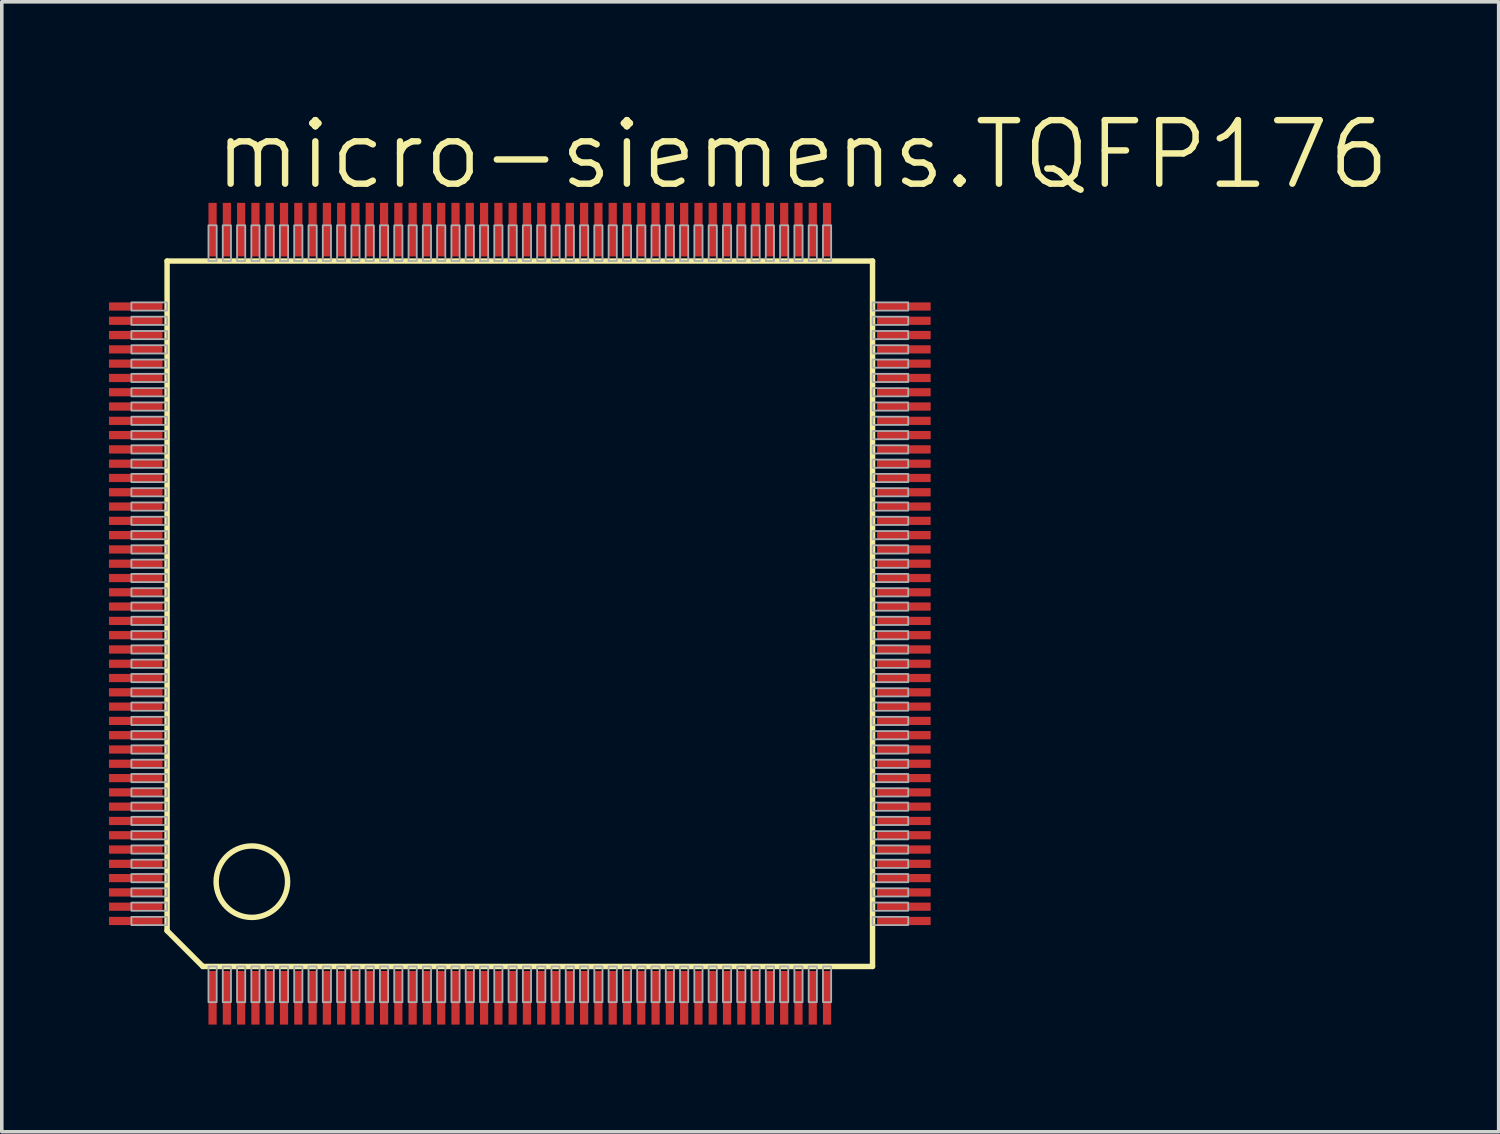
<source format=kicad_pcb>
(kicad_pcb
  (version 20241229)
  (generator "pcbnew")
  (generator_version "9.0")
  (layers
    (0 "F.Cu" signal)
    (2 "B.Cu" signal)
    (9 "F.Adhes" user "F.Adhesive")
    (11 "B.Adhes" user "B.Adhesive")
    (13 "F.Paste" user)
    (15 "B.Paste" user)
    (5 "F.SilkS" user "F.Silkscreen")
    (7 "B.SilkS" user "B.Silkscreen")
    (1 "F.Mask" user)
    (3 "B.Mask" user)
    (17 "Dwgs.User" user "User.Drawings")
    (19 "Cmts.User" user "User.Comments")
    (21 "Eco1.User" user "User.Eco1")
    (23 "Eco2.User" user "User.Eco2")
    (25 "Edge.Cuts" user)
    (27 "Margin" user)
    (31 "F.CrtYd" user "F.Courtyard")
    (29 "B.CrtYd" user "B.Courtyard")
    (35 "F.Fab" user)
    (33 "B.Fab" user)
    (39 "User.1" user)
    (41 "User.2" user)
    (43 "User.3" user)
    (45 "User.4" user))
  (footprint "micro-siemens.TQFP176"
    (layer "F.Cu")
    (at 11.5 14.129)
    (property "Reference" "micro-siemens.TQFP176" (at -8.636 -11.811 0) (layer "F.SilkS") (effects (font (size 1.778 1.778) (thickness 0.18)) (justify left bottom)))
    (attr smd)
    (fp_line (start -9.873 -9.873) (end 9.873 -9.873) (stroke (width 0.152) (type default)) (layer "F.SilkS"))
    (fp_line (start -9.873 8.873) (end -9.873 -9.873) (stroke (width 0.152) (type default)) (layer "F.SilkS"))
    (fp_line (start -8.873 9.873) (end -9.873 8.873) (stroke (width 0.152) (type default)) (layer "F.SilkS"))
    (fp_line (start 9.873 -9.873) (end 9.873 9.873) (stroke (width 0.152) (type default)) (layer "F.SilkS"))
    (fp_line (start 9.873 9.873) (end -8.873 9.873) (stroke (width 0.152) (type default)) (layer "F.SilkS"))
    (fp_circle (center -7.5 7.5) (end -6.5 7.5) (stroke (width 0.152) (type default)) (fill no) (layer "F.SilkS"))
    (fp_rect (start -10.872 -8.485) (end -9.873 -8.715) (stroke (width 0.05) (type default)) (fill no) (layer "F.Fab"))
    (fp_rect (start -10.872 -8.085) (end -9.873 -8.315) (stroke (width 0.05) (type default)) (fill no) (layer "F.Fab"))
    (fp_rect (start -10.872 -7.685) (end -9.873 -7.915) (stroke (width 0.05) (type default)) (fill no) (layer "F.Fab"))
    (fp_rect (start -10.872 -7.285) (end -9.873 -7.515) (stroke (width 0.05) (type default)) (fill no) (layer "F.Fab"))
    (fp_rect (start -10.872 -6.885) (end -9.873 -7.115) (stroke (width 0.05) (type default)) (fill no) (layer "F.Fab"))
    (fp_rect (start -10.872 -6.485) (end -9.873 -6.715) (stroke (width 0.05) (type default)) (fill no) (layer "F.Fab"))
    (fp_rect (start -10.872 -6.085) (end -9.873 -6.315) (stroke (width 0.05) (type default)) (fill no) (layer "F.Fab"))
    (fp_rect (start -10.872 -5.685) (end -9.873 -5.915) (stroke (width 0.05) (type default)) (fill no) (layer "F.Fab"))
    (fp_rect (start -10.872 -5.285) (end -9.873 -5.515) (stroke (width 0.05) (type default)) (fill no) (layer "F.Fab"))
    (fp_rect (start -10.872 -4.885) (end -9.873 -5.115) (stroke (width 0.05) (type default)) (fill no) (layer "F.Fab"))
    (fp_rect (start -10.872 -4.485) (end -9.873 -4.715) (stroke (width 0.05) (type default)) (fill no) (layer "F.Fab"))
    (fp_rect (start -10.872 -4.085) (end -9.873 -4.315) (stroke (width 0.05) (type default)) (fill no) (layer "F.Fab"))
    (fp_rect (start -10.872 -3.685) (end -9.873 -3.915) (stroke (width 0.05) (type default)) (fill no) (layer "F.Fab"))
    (fp_rect (start -10.872 -3.285) (end -9.873 -3.515) (stroke (width 0.05) (type default)) (fill no) (layer "F.Fab"))
    (fp_rect (start -10.872 -2.885) (end -9.873 -3.115) (stroke (width 0.05) (type default)) (fill no) (layer "F.Fab"))
    (fp_rect (start -10.872 -2.485) (end -9.873 -2.715) (stroke (width 0.05) (type default)) (fill no) (layer "F.Fab"))
    (fp_rect (start -10.872 -2.085) (end -9.873 -2.315) (stroke (width 0.05) (type default)) (fill no) (layer "F.Fab"))
    (fp_rect (start -10.872 -1.685) (end -9.873 -1.915) (stroke (width 0.05) (type default)) (fill no) (layer "F.Fab"))
    (fp_rect (start -10.872 -1.285) (end -9.873 -1.515) (stroke (width 0.05) (type default)) (fill no) (layer "F.Fab"))
    (fp_rect (start -10.872 -0.885) (end -9.873 -1.115) (stroke (width 0.05) (type default)) (fill no) (layer "F.Fab"))
    (fp_rect (start -10.872 -0.485) (end -9.873 -0.715) (stroke (width 0.05) (type default)) (fill no) (layer "F.Fab"))
    (fp_rect (start -10.872 -0.085) (end -9.873 -0.315) (stroke (width 0.05) (type default)) (fill no) (layer "F.Fab"))
    (fp_rect (start -10.872 0.315) (end -9.873 0.085) (stroke (width 0.05) (type default)) (fill no) (layer "F.Fab"))
    (fp_rect (start -10.872 0.715) (end -9.873 0.485) (stroke (width 0.05) (type default)) (fill no) (layer "F.Fab"))
    (fp_rect (start -10.872 1.115) (end -9.873 0.885) (stroke (width 0.05) (type default)) (fill no) (layer "F.Fab"))
    (fp_rect (start -10.872 1.515) (end -9.873 1.285) (stroke (width 0.05) (type default)) (fill no) (layer "F.Fab"))
    (fp_rect (start -10.872 1.915) (end -9.873 1.685) (stroke (width 0.05) (type default)) (fill no) (layer "F.Fab"))
    (fp_rect (start -10.872 2.315) (end -9.873 2.085) (stroke (width 0.05) (type default)) (fill no) (layer "F.Fab"))
    (fp_rect (start -10.872 2.715) (end -9.873 2.485) (stroke (width 0.05) (type default)) (fill no) (layer "F.Fab"))
    (fp_rect (start -10.872 3.115) (end -9.873 2.885) (stroke (width 0.05) (type default)) (fill no) (layer "F.Fab"))
    (fp_rect (start -10.872 3.515) (end -9.873 3.285) (stroke (width 0.05) (type default)) (fill no) (layer "F.Fab"))
    (fp_rect (start -10.872 3.915) (end -9.873 3.685) (stroke (width 0.05) (type default)) (fill no) (layer "F.Fab"))
    (fp_rect (start -10.872 4.315) (end -9.873 4.085) (stroke (width 0.05) (type default)) (fill no) (layer "F.Fab"))
    (fp_rect (start -10.872 4.715) (end -9.873 4.485) (stroke (width 0.05) (type default)) (fill no) (layer "F.Fab"))
    (fp_rect (start -10.872 5.115) (end -9.873 4.885) (stroke (width 0.05) (type default)) (fill no) (layer "F.Fab"))
    (fp_rect (start -10.872 5.515) (end -9.873 5.285) (stroke (width 0.05) (type default)) (fill no) (layer "F.Fab"))
    (fp_rect (start -10.872 5.915) (end -9.873 5.685) (stroke (width 0.05) (type default)) (fill no) (layer "F.Fab"))
    (fp_rect (start -10.872 6.315) (end -9.873 6.085) (stroke (width 0.05) (type default)) (fill no) (layer "F.Fab"))
    (fp_rect (start -10.872 6.715) (end -9.873 6.485) (stroke (width 0.05) (type default)) (fill no) (layer "F.Fab"))
    (fp_rect (start -10.872 7.115) (end -9.873 6.885) (stroke (width 0.05) (type default)) (fill no) (layer "F.Fab"))
    (fp_rect (start -10.872 7.515) (end -9.873 7.285) (stroke (width 0.05) (type default)) (fill no) (layer "F.Fab"))
    (fp_rect (start -10.872 7.915) (end -9.873 7.685) (stroke (width 0.05) (type default)) (fill no) (layer "F.Fab"))
    (fp_rect (start -10.872 8.315) (end -9.873 8.085) (stroke (width 0.05) (type default)) (fill no) (layer "F.Fab"))
    (fp_rect (start -10.872 8.715) (end -9.873 8.485) (stroke (width 0.05) (type default)) (fill no) (layer "F.Fab"))
    (fp_rect (start -8.715 -9.873) (end -8.485 -10.872) (stroke (width 0.05) (type default)) (fill no) (layer "F.Fab"))
    (fp_rect (start -8.715 10.872) (end -8.485 9.873) (stroke (width 0.05) (type default)) (fill no) (layer "F.Fab"))
    (fp_rect (start -8.315 -9.873) (end -8.085 -10.872) (stroke (width 0.05) (type default)) (fill no) (layer "F.Fab"))
    (fp_rect (start -8.315 10.872) (end -8.085 9.873) (stroke (width 0.05) (type default)) (fill no) (layer "F.Fab"))
    (fp_rect (start -7.915 -9.873) (end -7.685 -10.872) (stroke (width 0.05) (type default)) (fill no) (layer "F.Fab"))
    (fp_rect (start -7.915 10.872) (end -7.685 9.873) (stroke (width 0.05) (type default)) (fill no) (layer "F.Fab"))
    (fp_rect (start -7.515 -9.873) (end -7.285 -10.872) (stroke (width 0.05) (type default)) (fill no) (layer "F.Fab"))
    (fp_rect (start -7.515 10.872) (end -7.285 9.873) (stroke (width 0.05) (type default)) (fill no) (layer "F.Fab"))
    (fp_rect (start -7.115 -9.873) (end -6.885 -10.872) (stroke (width 0.05) (type default)) (fill no) (layer "F.Fab"))
    (fp_rect (start -7.115 10.872) (end -6.885 9.873) (stroke (width 0.05) (type default)) (fill no) (layer "F.Fab"))
    (fp_rect (start -6.715 -9.873) (end -6.485 -10.872) (stroke (width 0.05) (type default)) (fill no) (layer "F.Fab"))
    (fp_rect (start -6.715 10.872) (end -6.485 9.873) (stroke (width 0.05) (type default)) (fill no) (layer "F.Fab"))
    (fp_rect (start -6.315 -9.873) (end -6.085 -10.872) (stroke (width 0.05) (type default)) (fill no) (layer "F.Fab"))
    (fp_rect (start -6.315 10.872) (end -6.085 9.873) (stroke (width 0.05) (type default)) (fill no) (layer "F.Fab"))
    (fp_rect (start -5.915 -9.873) (end -5.685 -10.872) (stroke (width 0.05) (type default)) (fill no) (layer "F.Fab"))
    (fp_rect (start -5.915 10.872) (end -5.685 9.873) (stroke (width 0.05) (type default)) (fill no) (layer "F.Fab"))
    (fp_rect (start -5.515 -9.873) (end -5.285 -10.872) (stroke (width 0.05) (type default)) (fill no) (layer "F.Fab"))
    (fp_rect (start -5.515 10.872) (end -5.285 9.873) (stroke (width 0.05) (type default)) (fill no) (layer "F.Fab"))
    (fp_rect (start -5.115 -9.873) (end -4.885 -10.872) (stroke (width 0.05) (type default)) (fill no) (layer "F.Fab"))
    (fp_rect (start -5.115 10.872) (end -4.885 9.873) (stroke (width 0.05) (type default)) (fill no) (layer "F.Fab"))
    (fp_rect (start -4.715 -9.873) (end -4.485 -10.872) (stroke (width 0.05) (type default)) (fill no) (layer "F.Fab"))
    (fp_rect (start -4.715 10.872) (end -4.485 9.873) (stroke (width 0.05) (type default)) (fill no) (layer "F.Fab"))
    (fp_rect (start -4.315 -9.873) (end -4.085 -10.872) (stroke (width 0.05) (type default)) (fill no) (layer "F.Fab"))
    (fp_rect (start -4.315 10.872) (end -4.085 9.873) (stroke (width 0.05) (type default)) (fill no) (layer "F.Fab"))
    (fp_rect (start -3.915 -9.873) (end -3.685 -10.872) (stroke (width 0.05) (type default)) (fill no) (layer "F.Fab"))
    (fp_rect (start -3.915 10.872) (end -3.685 9.873) (stroke (width 0.05) (type default)) (fill no) (layer "F.Fab"))
    (fp_rect (start -3.515 -9.873) (end -3.285 -10.872) (stroke (width 0.05) (type default)) (fill no) (layer "F.Fab"))
    (fp_rect (start -3.515 10.872) (end -3.285 9.873) (stroke (width 0.05) (type default)) (fill no) (layer "F.Fab"))
    (fp_rect (start -3.115 -9.873) (end -2.885 -10.872) (stroke (width 0.05) (type default)) (fill no) (layer "F.Fab"))
    (fp_rect (start -3.115 10.872) (end -2.885 9.873) (stroke (width 0.05) (type default)) (fill no) (layer "F.Fab"))
    (fp_rect (start -2.715 -9.873) (end -2.485 -10.872) (stroke (width 0.05) (type default)) (fill no) (layer "F.Fab"))
    (fp_rect (start -2.715 10.872) (end -2.485 9.873) (stroke (width 0.05) (type default)) (fill no) (layer "F.Fab"))
    (fp_rect (start -2.315 -9.873) (end -2.085 -10.872) (stroke (width 0.05) (type default)) (fill no) (layer "F.Fab"))
    (fp_rect (start -2.315 10.872) (end -2.085 9.873) (stroke (width 0.05) (type default)) (fill no) (layer "F.Fab"))
    (fp_rect (start -1.915 -9.873) (end -1.685 -10.872) (stroke (width 0.05) (type default)) (fill no) (layer "F.Fab"))
    (fp_rect (start -1.915 10.872) (end -1.685 9.873) (stroke (width 0.05) (type default)) (fill no) (layer "F.Fab"))
    (fp_rect (start -1.515 -9.873) (end -1.285 -10.872) (stroke (width 0.05) (type default)) (fill no) (layer "F.Fab"))
    (fp_rect (start -1.515 10.872) (end -1.285 9.873) (stroke (width 0.05) (type default)) (fill no) (layer "F.Fab"))
    (fp_rect (start -1.115 -9.873) (end -0.885 -10.872) (stroke (width 0.05) (type default)) (fill no) (layer "F.Fab"))
    (fp_rect (start -1.115 10.872) (end -0.885 9.873) (stroke (width 0.05) (type default)) (fill no) (layer "F.Fab"))
    (fp_rect (start -0.715 -9.873) (end -0.485 -10.872) (stroke (width 0.05) (type default)) (fill no) (layer "F.Fab"))
    (fp_rect (start -0.715 10.872) (end -0.485 9.873) (stroke (width 0.05) (type default)) (fill no) (layer "F.Fab"))
    (fp_rect (start -0.315 -9.873) (end -0.085 -10.872) (stroke (width 0.05) (type default)) (fill no) (layer "F.Fab"))
    (fp_rect (start -0.315 10.872) (end -0.085 9.873) (stroke (width 0.05) (type default)) (fill no) (layer "F.Fab"))
    (fp_rect (start 0.085 -9.873) (end 0.315 -10.872) (stroke (width 0.05) (type default)) (fill no) (layer "F.Fab"))
    (fp_rect (start 0.085 10.872) (end 0.315 9.873) (stroke (width 0.05) (type default)) (fill no) (layer "F.Fab"))
    (fp_rect (start 0.485 -9.873) (end 0.715 -10.872) (stroke (width 0.05) (type default)) (fill no) (layer "F.Fab"))
    (fp_rect (start 0.485 10.872) (end 0.715 9.873) (stroke (width 0.05) (type default)) (fill no) (layer "F.Fab"))
    (fp_rect (start 0.885 -9.873) (end 1.115 -10.872) (stroke (width 0.05) (type default)) (fill no) (layer "F.Fab"))
    (fp_rect (start 0.885 10.872) (end 1.115 9.873) (stroke (width 0.05) (type default)) (fill no) (layer "F.Fab"))
    (fp_rect (start 1.285 -9.873) (end 1.515 -10.872) (stroke (width 0.05) (type default)) (fill no) (layer "F.Fab"))
    (fp_rect (start 1.285 10.872) (end 1.515 9.873) (stroke (width 0.05) (type default)) (fill no) (layer "F.Fab"))
    (fp_rect (start 1.685 -9.873) (end 1.915 -10.872) (stroke (width 0.05) (type default)) (fill no) (layer "F.Fab"))
    (fp_rect (start 1.685 10.872) (end 1.915 9.873) (stroke (width 0.05) (type default)) (fill no) (layer "F.Fab"))
    (fp_rect (start 2.085 -9.873) (end 2.315 -10.872) (stroke (width 0.05) (type default)) (fill no) (layer "F.Fab"))
    (fp_rect (start 2.085 10.872) (end 2.315 9.873) (stroke (width 0.05) (type default)) (fill no) (layer "F.Fab"))
    (fp_rect (start 2.485 -9.873) (end 2.715 -10.872) (stroke (width 0.05) (type default)) (fill no) (layer "F.Fab"))
    (fp_rect (start 2.485 10.872) (end 2.715 9.873) (stroke (width 0.05) (type default)) (fill no) (layer "F.Fab"))
    (fp_rect (start 2.885 -9.873) (end 3.115 -10.872) (stroke (width 0.05) (type default)) (fill no) (layer "F.Fab"))
    (fp_rect (start 2.885 10.872) (end 3.115 9.873) (stroke (width 0.05) (type default)) (fill no) (layer "F.Fab"))
    (fp_rect (start 3.285 -9.873) (end 3.515 -10.872) (stroke (width 0.05) (type default)) (fill no) (layer "F.Fab"))
    (fp_rect (start 3.285 10.872) (end 3.515 9.873) (stroke (width 0.05) (type default)) (fill no) (layer "F.Fab"))
    (fp_rect (start 3.685 -9.873) (end 3.915 -10.872) (stroke (width 0.05) (type default)) (fill no) (layer "F.Fab"))
    (fp_rect (start 3.685 10.872) (end 3.915 9.873) (stroke (width 0.05) (type default)) (fill no) (layer "F.Fab"))
    (fp_rect (start 4.085 -9.873) (end 4.315 -10.872) (stroke (width 0.05) (type default)) (fill no) (layer "F.Fab"))
    (fp_rect (start 4.085 10.872) (end 4.315 9.873) (stroke (width 0.05) (type default)) (fill no) (layer "F.Fab"))
    (fp_rect (start 4.485 -9.873) (end 4.715 -10.872) (stroke (width 0.05) (type default)) (fill no) (layer "F.Fab"))
    (fp_rect (start 4.485 10.872) (end 4.715 9.873) (stroke (width 0.05) (type default)) (fill no) (layer "F.Fab"))
    (fp_rect (start 4.885 -9.873) (end 5.115 -10.872) (stroke (width 0.05) (type default)) (fill no) (layer "F.Fab"))
    (fp_rect (start 4.885 10.872) (end 5.115 9.873) (stroke (width 0.05) (type default)) (fill no) (layer "F.Fab"))
    (fp_rect (start 5.285 -9.873) (end 5.515 -10.872) (stroke (width 0.05) (type default)) (fill no) (layer "F.Fab"))
    (fp_rect (start 5.285 10.872) (end 5.515 9.873) (stroke (width 0.05) (type default)) (fill no) (layer "F.Fab"))
    (fp_rect (start 5.685 -9.873) (end 5.915 -10.872) (stroke (width 0.05) (type default)) (fill no) (layer "F.Fab"))
    (fp_rect (start 5.685 10.872) (end 5.915 9.873) (stroke (width 0.05) (type default)) (fill no) (layer "F.Fab"))
    (fp_rect (start 6.085 -9.873) (end 6.315 -10.872) (stroke (width 0.05) (type default)) (fill no) (layer "F.Fab"))
    (fp_rect (start 6.085 10.872) (end 6.315 9.873) (stroke (width 0.05) (type default)) (fill no) (layer "F.Fab"))
    (fp_rect (start 6.485 -9.873) (end 6.715 -10.872) (stroke (width 0.05) (type default)) (fill no) (layer "F.Fab"))
    (fp_rect (start 6.485 10.872) (end 6.715 9.873) (stroke (width 0.05) (type default)) (fill no) (layer "F.Fab"))
    (fp_rect (start 6.885 -9.873) (end 7.115 -10.872) (stroke (width 0.05) (type default)) (fill no) (layer "F.Fab"))
    (fp_rect (start 6.885 10.872) (end 7.115 9.873) (stroke (width 0.05) (type default)) (fill no) (layer "F.Fab"))
    (fp_rect (start 7.285 -9.873) (end 7.515 -10.872) (stroke (width 0.05) (type default)) (fill no) (layer "F.Fab"))
    (fp_rect (start 7.285 10.872) (end 7.515 9.873) (stroke (width 0.05) (type default)) (fill no) (layer "F.Fab"))
    (fp_rect (start 7.685 -9.873) (end 7.915 -10.872) (stroke (width 0.05) (type default)) (fill no) (layer "F.Fab"))
    (fp_rect (start 7.685 10.872) (end 7.915 9.873) (stroke (width 0.05) (type default)) (fill no) (layer "F.Fab"))
    (fp_rect (start 8.085 -9.873) (end 8.315 -10.872) (stroke (width 0.05) (type default)) (fill no) (layer "F.Fab"))
    (fp_rect (start 8.085 10.872) (end 8.315 9.873) (stroke (width 0.05) (type default)) (fill no) (layer "F.Fab"))
    (fp_rect (start 8.485 -9.873) (end 8.715 -10.872) (stroke (width 0.05) (type default)) (fill no) (layer "F.Fab"))
    (fp_rect (start 8.485 10.872) (end 8.715 9.873) (stroke (width 0.05) (type default)) (fill no) (layer "F.Fab"))
    (fp_rect (start 9.873 -8.485) (end 10.872 -8.715) (stroke (width 0.05) (type default)) (fill no) (layer "F.Fab"))
    (fp_rect (start 9.873 -8.085) (end 10.872 -8.315) (stroke (width 0.05) (type default)) (fill no) (layer "F.Fab"))
    (fp_rect (start 9.873 -7.685) (end 10.872 -7.915) (stroke (width 0.05) (type default)) (fill no) (layer "F.Fab"))
    (fp_rect (start 9.873 -7.285) (end 10.872 -7.515) (stroke (width 0.05) (type default)) (fill no) (layer "F.Fab"))
    (fp_rect (start 9.873 -6.885) (end 10.872 -7.115) (stroke (width 0.05) (type default)) (fill no) (layer "F.Fab"))
    (fp_rect (start 9.873 -6.485) (end 10.872 -6.715) (stroke (width 0.05) (type default)) (fill no) (layer "F.Fab"))
    (fp_rect (start 9.873 -6.085) (end 10.872 -6.315) (stroke (width 0.05) (type default)) (fill no) (layer "F.Fab"))
    (fp_rect (start 9.873 -5.685) (end 10.872 -5.915) (stroke (width 0.05) (type default)) (fill no) (layer "F.Fab"))
    (fp_rect (start 9.873 -5.285) (end 10.872 -5.515) (stroke (width 0.05) (type default)) (fill no) (layer "F.Fab"))
    (fp_rect (start 9.873 -4.885) (end 10.872 -5.115) (stroke (width 0.05) (type default)) (fill no) (layer "F.Fab"))
    (fp_rect (start 9.873 -4.485) (end 10.872 -4.715) (stroke (width 0.05) (type default)) (fill no) (layer "F.Fab"))
    (fp_rect (start 9.873 -4.085) (end 10.872 -4.315) (stroke (width 0.05) (type default)) (fill no) (layer "F.Fab"))
    (fp_rect (start 9.873 -3.685) (end 10.872 -3.915) (stroke (width 0.05) (type default)) (fill no) (layer "F.Fab"))
    (fp_rect (start 9.873 -3.285) (end 10.872 -3.515) (stroke (width 0.05) (type default)) (fill no) (layer "F.Fab"))
    (fp_rect (start 9.873 -2.885) (end 10.872 -3.115) (stroke (width 0.05) (type default)) (fill no) (layer "F.Fab"))
    (fp_rect (start 9.873 -2.485) (end 10.872 -2.715) (stroke (width 0.05) (type default)) (fill no) (layer "F.Fab"))
    (fp_rect (start 9.873 -2.085) (end 10.872 -2.315) (stroke (width 0.05) (type default)) (fill no) (layer "F.Fab"))
    (fp_rect (start 9.873 -1.685) (end 10.872 -1.915) (stroke (width 0.05) (type default)) (fill no) (layer "F.Fab"))
    (fp_rect (start 9.873 -1.285) (end 10.872 -1.515) (stroke (width 0.05) (type default)) (fill no) (layer "F.Fab"))
    (fp_rect (start 9.873 -0.885) (end 10.872 -1.115) (stroke (width 0.05) (type default)) (fill no) (layer "F.Fab"))
    (fp_rect (start 9.873 -0.485) (end 10.872 -0.715) (stroke (width 0.05) (type default)) (fill no) (layer "F.Fab"))
    (fp_rect (start 9.873 -0.085) (end 10.872 -0.315) (stroke (width 0.05) (type default)) (fill no) (layer "F.Fab"))
    (fp_rect (start 9.873 0.315) (end 10.872 0.085) (stroke (width 0.05) (type default)) (fill no) (layer "F.Fab"))
    (fp_rect (start 9.873 0.715) (end 10.872 0.485) (stroke (width 0.05) (type default)) (fill no) (layer "F.Fab"))
    (fp_rect (start 9.873 1.115) (end 10.872 0.885) (stroke (width 0.05) (type default)) (fill no) (layer "F.Fab"))
    (fp_rect (start 9.873 1.515) (end 10.872 1.285) (stroke (width 0.05) (type default)) (fill no) (layer "F.Fab"))
    (fp_rect (start 9.873 1.915) (end 10.872 1.685) (stroke (width 0.05) (type default)) (fill no) (layer "F.Fab"))
    (fp_rect (start 9.873 2.315) (end 10.872 2.085) (stroke (width 0.05) (type default)) (fill no) (layer "F.Fab"))
    (fp_rect (start 9.873 2.715) (end 10.872 2.485) (stroke (width 0.05) (type default)) (fill no) (layer "F.Fab"))
    (fp_rect (start 9.873 3.115) (end 10.872 2.885) (stroke (width 0.05) (type default)) (fill no) (layer "F.Fab"))
    (fp_rect (start 9.873 3.515) (end 10.872 3.285) (stroke (width 0.05) (type default)) (fill no) (layer "F.Fab"))
    (fp_rect (start 9.873 3.915) (end 10.872 3.685) (stroke (width 0.05) (type default)) (fill no) (layer "F.Fab"))
    (fp_rect (start 9.873 4.315) (end 10.872 4.085) (stroke (width 0.05) (type default)) (fill no) (layer "F.Fab"))
    (fp_rect (start 9.873 4.715) (end 10.872 4.485) (stroke (width 0.05) (type default)) (fill no) (layer "F.Fab"))
    (fp_rect (start 9.873 5.115) (end 10.872 4.885) (stroke (width 0.05) (type default)) (fill no) (layer "F.Fab"))
    (fp_rect (start 9.873 5.515) (end 10.872 5.285) (stroke (width 0.05) (type default)) (fill no) (layer "F.Fab"))
    (fp_rect (start 9.873 5.915) (end 10.872 5.685) (stroke (width 0.05) (type default)) (fill no) (layer "F.Fab"))
    (fp_rect (start 9.873 6.315) (end 10.872 6.085) (stroke (width 0.05) (type default)) (fill no) (layer "F.Fab"))
    (fp_rect (start 9.873 6.715) (end 10.872 6.485) (stroke (width 0.05) (type default)) (fill no) (layer "F.Fab"))
    (fp_rect (start 9.873 7.115) (end 10.872 6.885) (stroke (width 0.05) (type default)) (fill no) (layer "F.Fab"))
    (fp_rect (start 9.873 7.515) (end 10.872 7.285) (stroke (width 0.05) (type default)) (fill no) (layer "F.Fab"))
    (fp_rect (start 9.873 7.915) (end 10.872 7.685) (stroke (width 0.05) (type default)) (fill no) (layer "F.Fab"))
    (fp_rect (start 9.873 8.315) (end 10.872 8.085) (stroke (width 0.05) (type default)) (fill no) (layer "F.Fab"))
    (fp_rect (start 9.873 8.715) (end 10.872 8.485) (stroke (width 0.05) (type default)) (fill no) (layer "F.Fab"))
    (pad "1" smd roundrect (at -8.6 10.75) (size 0.23 1.5) (layers "F.Cu" "F.Mask" "F.Paste") (roundrect_rratio 0.01))
    (pad "2" smd roundrect (at -8.2 10.75) (size 0.23 1.5) (layers "F.Cu" "F.Mask" "F.Paste") (roundrect_rratio 0.01))
    (pad "3" smd roundrect (at -7.8 10.75) (size 0.23 1.5) (layers "F.Cu" "F.Mask" "F.Paste") (roundrect_rratio 0.01))
    (pad "4" smd roundrect (at -7.4 10.75) (size 0.23 1.5) (layers "F.Cu" "F.Mask" "F.Paste") (roundrect_rratio 0.01))
    (pad "5" smd roundrect (at -7 10.75) (size 0.23 1.5) (layers "F.Cu" "F.Mask" "F.Paste") (roundrect_rratio 0.01))
    (pad "6" smd roundrect (at -6.6 10.75) (size 0.23 1.5) (layers "F.Cu" "F.Mask" "F.Paste") (roundrect_rratio 0.01))
    (pad "7" smd roundrect (at -6.2 10.75) (size 0.23 1.5) (layers "F.Cu" "F.Mask" "F.Paste") (roundrect_rratio 0.01))
    (pad "8" smd roundrect (at -5.8 10.75) (size 0.23 1.5) (layers "F.Cu" "F.Mask" "F.Paste") (roundrect_rratio 0.01))
    (pad "9" smd roundrect (at -5.4 10.75) (size 0.23 1.5) (layers "F.Cu" "F.Mask" "F.Paste") (roundrect_rratio 0.01))
    (pad "10" smd roundrect (at -5 10.75) (size 0.23 1.5) (layers "F.Cu" "F.Mask" "F.Paste") (roundrect_rratio 0.01))
    (pad "11" smd roundrect (at -4.6 10.75) (size 0.23 1.5) (layers "F.Cu" "F.Mask" "F.Paste") (roundrect_rratio 0.01))
    (pad "12" smd roundrect (at -4.2 10.75) (size 0.23 1.5) (layers "F.Cu" "F.Mask" "F.Paste") (roundrect_rratio 0.01))
    (pad "13" smd roundrect (at -3.8 10.75) (size 0.23 1.5) (layers "F.Cu" "F.Mask" "F.Paste") (roundrect_rratio 0.01))
    (pad "14" smd roundrect (at -3.4 10.75) (size 0.23 1.5) (layers "F.Cu" "F.Mask" "F.Paste") (roundrect_rratio 0.01))
    (pad "15" smd roundrect (at -3 10.75) (size 0.23 1.5) (layers "F.Cu" "F.Mask" "F.Paste") (roundrect_rratio 0.01))
    (pad "16" smd roundrect (at -2.6 10.75) (size 0.23 1.5) (layers "F.Cu" "F.Mask" "F.Paste") (roundrect_rratio 0.01))
    (pad "17" smd roundrect (at -2.2 10.75) (size 0.23 1.5) (layers "F.Cu" "F.Mask" "F.Paste") (roundrect_rratio 0.01))
    (pad "18" smd roundrect (at -1.8 10.75) (size 0.23 1.5) (layers "F.Cu" "F.Mask" "F.Paste") (roundrect_rratio 0.01))
    (pad "19" smd roundrect (at -1.4 10.75) (size 0.23 1.5) (layers "F.Cu" "F.Mask" "F.Paste") (roundrect_rratio 0.01))
    (pad "20" smd roundrect (at -1 10.75) (size 0.23 1.5) (layers "F.Cu" "F.Mask" "F.Paste") (roundrect_rratio 0.01))
    (pad "21" smd roundrect (at -0.6 10.75) (size 0.23 1.5) (layers "F.Cu" "F.Mask" "F.Paste") (roundrect_rratio 0.01))
    (pad "22" smd roundrect (at -0.2 10.75) (size 0.23 1.5) (layers "F.Cu" "F.Mask" "F.Paste") (roundrect_rratio 0.01))
    (pad "23" smd roundrect (at 0.2 10.75) (size 0.23 1.5) (layers "F.Cu" "F.Mask" "F.Paste") (roundrect_rratio 0.01))
    (pad "24" smd roundrect (at 0.6 10.75) (size 0.23 1.5) (layers "F.Cu" "F.Mask" "F.Paste") (roundrect_rratio 0.01))
    (pad "25" smd roundrect (at 1 10.75) (size 0.23 1.5) (layers "F.Cu" "F.Mask" "F.Paste") (roundrect_rratio 0.01))
    (pad "26" smd roundrect (at 1.4 10.75) (size 0.23 1.5) (layers "F.Cu" "F.Mask" "F.Paste") (roundrect_rratio 0.01))
    (pad "27" smd roundrect (at 1.8 10.75) (size 0.23 1.5) (layers "F.Cu" "F.Mask" "F.Paste") (roundrect_rratio 0.01))
    (pad "28" smd roundrect (at 2.2 10.75) (size 0.23 1.5) (layers "F.Cu" "F.Mask" "F.Paste") (roundrect_rratio 0.01))
    (pad "29" smd roundrect (at 2.6 10.75) (size 0.23 1.5) (layers "F.Cu" "F.Mask" "F.Paste") (roundrect_rratio 0.01))
    (pad "30" smd roundrect (at 3 10.75) (size 0.23 1.5) (layers "F.Cu" "F.Mask" "F.Paste") (roundrect_rratio 0.01))
    (pad "31" smd roundrect (at 3.4 10.75) (size 0.23 1.5) (layers "F.Cu" "F.Mask" "F.Paste") (roundrect_rratio 0.01))
    (pad "32" smd roundrect (at 3.8 10.75) (size 0.23 1.5) (layers "F.Cu" "F.Mask" "F.Paste") (roundrect_rratio 0.01))
    (pad "33" smd roundrect (at 4.2 10.75) (size 0.23 1.5) (layers "F.Cu" "F.Mask" "F.Paste") (roundrect_rratio 0.01))
    (pad "34" smd roundrect (at 4.6 10.75) (size 0.23 1.5) (layers "F.Cu" "F.Mask" "F.Paste") (roundrect_rratio 0.01))
    (pad "35" smd roundrect (at 5 10.75) (size 0.23 1.5) (layers "F.Cu" "F.Mask" "F.Paste") (roundrect_rratio 0.01))
    (pad "36" smd roundrect (at 5.4 10.75) (size 0.23 1.5) (layers "F.Cu" "F.Mask" "F.Paste") (roundrect_rratio 0.01))
    (pad "37" smd roundrect (at 5.8 10.75) (size 0.23 1.5) (layers "F.Cu" "F.Mask" "F.Paste") (roundrect_rratio 0.01))
    (pad "38" smd roundrect (at 6.2 10.75) (size 0.23 1.5) (layers "F.Cu" "F.Mask" "F.Paste") (roundrect_rratio 0.01))
    (pad "39" smd roundrect (at 6.6 10.75) (size 0.23 1.5) (layers "F.Cu" "F.Mask" "F.Paste") (roundrect_rratio 0.01))
    (pad "40" smd roundrect (at 7 10.75) (size 0.23 1.5) (layers "F.Cu" "F.Mask" "F.Paste") (roundrect_rratio 0.01))
    (pad "41" smd roundrect (at 7.4 10.75) (size 0.23 1.5) (layers "F.Cu" "F.Mask" "F.Paste") (roundrect_rratio 0.01))
    (pad "42" smd roundrect (at 7.8 10.75) (size 0.23 1.5) (layers "F.Cu" "F.Mask" "F.Paste") (roundrect_rratio 0.01))
    (pad "43" smd roundrect (at 8.2 10.75) (size 0.23 1.5) (layers "F.Cu" "F.Mask" "F.Paste") (roundrect_rratio 0.01))
    (pad "44" smd roundrect (at 8.6 10.75) (size 0.23 1.5) (layers "F.Cu" "F.Mask" "F.Paste") (roundrect_rratio 0.01))
    (pad "45" smd roundrect (at 10.75 8.6) (size 1.5 0.23) (layers "F.Cu" "F.Mask" "F.Paste") (roundrect_rratio 0.01))
    (pad "46" smd roundrect (at 10.75 8.2) (size 1.5 0.23) (layers "F.Cu" "F.Mask" "F.Paste") (roundrect_rratio 0.01))
    (pad "47" smd roundrect (at 10.75 7.8) (size 1.5 0.23) (layers "F.Cu" "F.Mask" "F.Paste") (roundrect_rratio 0.01))
    (pad "48" smd roundrect (at 10.75 7.4) (size 1.5 0.23) (layers "F.Cu" "F.Mask" "F.Paste") (roundrect_rratio 0.01))
    (pad "49" smd roundrect (at 10.75 7) (size 1.5 0.23) (layers "F.Cu" "F.Mask" "F.Paste") (roundrect_rratio 0.01))
    (pad "50" smd roundrect (at 10.75 6.6) (size 1.5 0.23) (layers "F.Cu" "F.Mask" "F.Paste") (roundrect_rratio 0.01))
    (pad "51" smd roundrect (at 10.75 6.2) (size 1.5 0.23) (layers "F.Cu" "F.Mask" "F.Paste") (roundrect_rratio 0.01))
    (pad "52" smd roundrect (at 10.75 5.8) (size 1.5 0.23) (layers "F.Cu" "F.Mask" "F.Paste") (roundrect_rratio 0.01))
    (pad "53" smd roundrect (at 10.75 5.4) (size 1.5 0.23) (layers "F.Cu" "F.Mask" "F.Paste") (roundrect_rratio 0.01))
    (pad "54" smd roundrect (at 10.75 5) (size 1.5 0.23) (layers "F.Cu" "F.Mask" "F.Paste") (roundrect_rratio 0.01))
    (pad "55" smd roundrect (at 10.75 4.6) (size 1.5 0.23) (layers "F.Cu" "F.Mask" "F.Paste") (roundrect_rratio 0.01))
    (pad "56" smd roundrect (at 10.75 4.2) (size 1.5 0.23) (layers "F.Cu" "F.Mask" "F.Paste") (roundrect_rratio 0.01))
    (pad "57" smd roundrect (at 10.75 3.8) (size 1.5 0.23) (layers "F.Cu" "F.Mask" "F.Paste") (roundrect_rratio 0.01))
    (pad "58" smd roundrect (at 10.75 3.4) (size 1.5 0.23) (layers "F.Cu" "F.Mask" "F.Paste") (roundrect_rratio 0.01))
    (pad "59" smd roundrect (at 10.75 3) (size 1.5 0.23) (layers "F.Cu" "F.Mask" "F.Paste") (roundrect_rratio 0.01))
    (pad "60" smd roundrect (at 10.75 2.6) (size 1.5 0.23) (layers "F.Cu" "F.Mask" "F.Paste") (roundrect_rratio 0.01))
    (pad "61" smd roundrect (at 10.75 2.2) (size 1.5 0.23) (layers "F.Cu" "F.Mask" "F.Paste") (roundrect_rratio 0.01))
    (pad "62" smd roundrect (at 10.75 1.8) (size 1.5 0.23) (layers "F.Cu" "F.Mask" "F.Paste") (roundrect_rratio 0.01))
    (pad "63" smd roundrect (at 10.75 1.4) (size 1.5 0.23) (layers "F.Cu" "F.Mask" "F.Paste") (roundrect_rratio 0.01))
    (pad "64" smd roundrect (at 10.75 1) (size 1.5 0.23) (layers "F.Cu" "F.Mask" "F.Paste") (roundrect_rratio 0.01))
    (pad "65" smd roundrect (at 10.75 0.6) (size 1.5 0.23) (layers "F.Cu" "F.Mask" "F.Paste") (roundrect_rratio 0.01))
    (pad "66" smd roundrect (at 10.75 0.2) (size 1.5 0.23) (layers "F.Cu" "F.Mask" "F.Paste") (roundrect_rratio 0.01))
    (pad "67" smd roundrect (at 10.75 -0.2) (size 1.5 0.23) (layers "F.Cu" "F.Mask" "F.Paste") (roundrect_rratio 0.01))
    (pad "68" smd roundrect (at 10.75 -0.6) (size 1.5 0.23) (layers "F.Cu" "F.Mask" "F.Paste") (roundrect_rratio 0.01))
    (pad "69" smd roundrect (at 10.75 -1) (size 1.5 0.23) (layers "F.Cu" "F.Mask" "F.Paste") (roundrect_rratio 0.01))
    (pad "70" smd roundrect (at 10.75 -1.4) (size 1.5 0.23) (layers "F.Cu" "F.Mask" "F.Paste") (roundrect_rratio 0.01))
    (pad "71" smd roundrect (at 10.75 -1.8) (size 1.5 0.23) (layers "F.Cu" "F.Mask" "F.Paste") (roundrect_rratio 0.01))
    (pad "72" smd roundrect (at 10.75 -2.2) (size 1.5 0.23) (layers "F.Cu" "F.Mask" "F.Paste") (roundrect_rratio 0.01))
    (pad "73" smd roundrect (at 10.75 -2.6) (size 1.5 0.23) (layers "F.Cu" "F.Mask" "F.Paste") (roundrect_rratio 0.01))
    (pad "74" smd roundrect (at 10.75 -3) (size 1.5 0.23) (layers "F.Cu" "F.Mask" "F.Paste") (roundrect_rratio 0.01))
    (pad "75" smd roundrect (at 10.75 -3.4) (size 1.5 0.23) (layers "F.Cu" "F.Mask" "F.Paste") (roundrect_rratio 0.01))
    (pad "76" smd roundrect (at 10.75 -3.8) (size 1.5 0.23) (layers "F.Cu" "F.Mask" "F.Paste") (roundrect_rratio 0.01))
    (pad "77" smd roundrect (at 10.75 -4.2) (size 1.5 0.23) (layers "F.Cu" "F.Mask" "F.Paste") (roundrect_rratio 0.01))
    (pad "78" smd roundrect (at 10.75 -4.6) (size 1.5 0.23) (layers "F.Cu" "F.Mask" "F.Paste") (roundrect_rratio 0.01))
    (pad "79" smd roundrect (at 10.75 -5) (size 1.5 0.23) (layers "F.Cu" "F.Mask" "F.Paste") (roundrect_rratio 0.01))
    (pad "80" smd roundrect (at 10.75 -5.4) (size 1.5 0.23) (layers "F.Cu" "F.Mask" "F.Paste") (roundrect_rratio 0.01))
    (pad "81" smd roundrect (at 10.75 -5.8) (size 1.5 0.23) (layers "F.Cu" "F.Mask" "F.Paste") (roundrect_rratio 0.01))
    (pad "82" smd roundrect (at 10.75 -6.2) (size 1.5 0.23) (layers "F.Cu" "F.Mask" "F.Paste") (roundrect_rratio 0.01))
    (pad "83" smd roundrect (at 10.75 -6.6) (size 1.5 0.23) (layers "F.Cu" "F.Mask" "F.Paste") (roundrect_rratio 0.01))
    (pad "84" smd roundrect (at 10.75 -7) (size 1.5 0.23) (layers "F.Cu" "F.Mask" "F.Paste") (roundrect_rratio 0.01))
    (pad "85" smd roundrect (at 10.75 -7.4) (size 1.5 0.23) (layers "F.Cu" "F.Mask" "F.Paste") (roundrect_rratio 0.01))
    (pad "86" smd roundrect (at 10.75 -7.8) (size 1.5 0.23) (layers "F.Cu" "F.Mask" "F.Paste") (roundrect_rratio 0.01))
    (pad "87" smd roundrect (at 10.75 -8.2) (size 1.5 0.23) (layers "F.Cu" "F.Mask" "F.Paste") (roundrect_rratio 0.01))
    (pad "88" smd roundrect (at 10.75 -8.6) (size 1.5 0.23) (layers "F.Cu" "F.Mask" "F.Paste") (roundrect_rratio 0.01))
    (pad "89" smd roundrect (at 8.6 -10.75) (size 0.23 1.5) (layers "F.Cu" "F.Mask" "F.Paste") (roundrect_rratio 0.01))
    (pad "90" smd roundrect (at 8.2 -10.75) (size 0.23 1.5) (layers "F.Cu" "F.Mask" "F.Paste") (roundrect_rratio 0.01))
    (pad "91" smd roundrect (at 7.8 -10.75) (size 0.23 1.5) (layers "F.Cu" "F.Mask" "F.Paste") (roundrect_rratio 0.01))
    (pad "92" smd roundrect (at 7.4 -10.75) (size 0.23 1.5) (layers "F.Cu" "F.Mask" "F.Paste") (roundrect_rratio 0.01))
    (pad "93" smd roundrect (at 7 -10.75) (size 0.23 1.5) (layers "F.Cu" "F.Mask" "F.Paste") (roundrect_rratio 0.01))
    (pad "94" smd roundrect (at 6.6 -10.75) (size 0.23 1.5) (layers "F.Cu" "F.Mask" "F.Paste") (roundrect_rratio 0.01))
    (pad "95" smd roundrect (at 6.2 -10.75) (size 0.23 1.5) (layers "F.Cu" "F.Mask" "F.Paste") (roundrect_rratio 0.01))
    (pad "96" smd roundrect (at 5.8 -10.75) (size 0.23 1.5) (layers "F.Cu" "F.Mask" "F.Paste") (roundrect_rratio 0.01))
    (pad "97" smd roundrect (at 5.4 -10.75) (size 0.23 1.5) (layers "F.Cu" "F.Mask" "F.Paste") (roundrect_rratio 0.01))
    (pad "98" smd roundrect (at 5 -10.75) (size 0.23 1.5) (layers "F.Cu" "F.Mask" "F.Paste") (roundrect_rratio 0.01))
    (pad "99" smd roundrect (at 4.6 -10.75) (size 0.23 1.5) (layers "F.Cu" "F.Mask" "F.Paste") (roundrect_rratio 0.01))
    (pad "100" smd roundrect (at 4.2 -10.75) (size 0.23 1.5) (layers "F.Cu" "F.Mask" "F.Paste") (roundrect_rratio 0.01))
    (pad "101" smd roundrect (at 3.8 -10.75) (size 0.23 1.5) (layers "F.Cu" "F.Mask" "F.Paste") (roundrect_rratio 0.01))
    (pad "102" smd roundrect (at 3.4 -10.75) (size 0.23 1.5) (layers "F.Cu" "F.Mask" "F.Paste") (roundrect_rratio 0.01))
    (pad "103" smd roundrect (at 3 -10.75) (size 0.23 1.5) (layers "F.Cu" "F.Mask" "F.Paste") (roundrect_rratio 0.01))
    (pad "104" smd roundrect (at 2.6 -10.75) (size 0.23 1.5) (layers "F.Cu" "F.Mask" "F.Paste") (roundrect_rratio 0.01))
    (pad "105" smd roundrect (at 2.2 -10.75) (size 0.23 1.5) (layers "F.Cu" "F.Mask" "F.Paste") (roundrect_rratio 0.01))
    (pad "106" smd roundrect (at 1.8 -10.75) (size 0.23 1.5) (layers "F.Cu" "F.Mask" "F.Paste") (roundrect_rratio 0.01))
    (pad "107" smd roundrect (at 1.4 -10.75) (size 0.23 1.5) (layers "F.Cu" "F.Mask" "F.Paste") (roundrect_rratio 0.01))
    (pad "108" smd roundrect (at 1 -10.75) (size 0.23 1.5) (layers "F.Cu" "F.Mask" "F.Paste") (roundrect_rratio 0.01))
    (pad "109" smd roundrect (at 0.6 -10.75) (size 0.23 1.5) (layers "F.Cu" "F.Mask" "F.Paste") (roundrect_rratio 0.01))
    (pad "110" smd roundrect (at 0.2 -10.75) (size 0.23 1.5) (layers "F.Cu" "F.Mask" "F.Paste") (roundrect_rratio 0.01))
    (pad "111" smd roundrect (at -0.2 -10.75) (size 0.23 1.5) (layers "F.Cu" "F.Mask" "F.Paste") (roundrect_rratio 0.01))
    (pad "112" smd roundrect (at -0.6 -10.75) (size 0.23 1.5) (layers "F.Cu" "F.Mask" "F.Paste") (roundrect_rratio 0.01))
    (pad "113" smd roundrect (at -1 -10.75) (size 0.23 1.5) (layers "F.Cu" "F.Mask" "F.Paste") (roundrect_rratio 0.01))
    (pad "114" smd roundrect (at -1.4 -10.75) (size 0.23 1.5) (layers "F.Cu" "F.Mask" "F.Paste") (roundrect_rratio 0.01))
    (pad "115" smd roundrect (at -1.8 -10.75) (size 0.23 1.5) (layers "F.Cu" "F.Mask" "F.Paste") (roundrect_rratio 0.01))
    (pad "116" smd roundrect (at -2.2 -10.75) (size 0.23 1.5) (layers "F.Cu" "F.Mask" "F.Paste") (roundrect_rratio 0.01))
    (pad "117" smd roundrect (at -2.6 -10.75) (size 0.23 1.5) (layers "F.Cu" "F.Mask" "F.Paste") (roundrect_rratio 0.01))
    (pad "118" smd roundrect (at -3 -10.75) (size 0.23 1.5) (layers "F.Cu" "F.Mask" "F.Paste") (roundrect_rratio 0.01))
    (pad "119" smd roundrect (at -3.4 -10.75) (size 0.23 1.5) (layers "F.Cu" "F.Mask" "F.Paste") (roundrect_rratio 0.01))
    (pad "120" smd roundrect (at -3.8 -10.75) (size 0.23 1.5) (layers "F.Cu" "F.Mask" "F.Paste") (roundrect_rratio 0.01))
    (pad "121" smd roundrect (at -4.2 -10.75) (size 0.23 1.5) (layers "F.Cu" "F.Mask" "F.Paste") (roundrect_rratio 0.01))
    (pad "122" smd roundrect (at -4.6 -10.75) (size 0.23 1.5) (layers "F.Cu" "F.Mask" "F.Paste") (roundrect_rratio 0.01))
    (pad "123" smd roundrect (at -5 -10.75) (size 0.23 1.5) (layers "F.Cu" "F.Mask" "F.Paste") (roundrect_rratio 0.01))
    (pad "124" smd roundrect (at -5.4 -10.75) (size 0.23 1.5) (layers "F.Cu" "F.Mask" "F.Paste") (roundrect_rratio 0.01))
    (pad "125" smd roundrect (at -5.8 -10.75) (size 0.23 1.5) (layers "F.Cu" "F.Mask" "F.Paste") (roundrect_rratio 0.01))
    (pad "126" smd roundrect (at -6.2 -10.75) (size 0.23 1.5) (layers "F.Cu" "F.Mask" "F.Paste") (roundrect_rratio 0.01))
    (pad "127" smd roundrect (at -6.6 -10.75) (size 0.23 1.5) (layers "F.Cu" "F.Mask" "F.Paste") (roundrect_rratio 0.01))
    (pad "128" smd roundrect (at -7 -10.75) (size 0.23 1.5) (layers "F.Cu" "F.Mask" "F.Paste") (roundrect_rratio 0.01))
    (pad "129" smd roundrect (at -7.4 -10.75) (size 0.23 1.5) (layers "F.Cu" "F.Mask" "F.Paste") (roundrect_rratio 0.01))
    (pad "130" smd roundrect (at -7.8 -10.75) (size 0.23 1.5) (layers "F.Cu" "F.Mask" "F.Paste") (roundrect_rratio 0.01))
    (pad "131" smd roundrect (at -8.2 -10.75) (size 0.23 1.5) (layers "F.Cu" "F.Mask" "F.Paste") (roundrect_rratio 0.01))
    (pad "132" smd roundrect (at -8.6 -10.75) (size 0.23 1.5) (layers "F.Cu" "F.Mask" "F.Paste") (roundrect_rratio 0.01))
    (pad "133" smd roundrect (at -10.75 -8.6) (size 1.5 0.23) (layers "F.Cu" "F.Mask" "F.Paste") (roundrect_rratio 0.01))
    (pad "134" smd roundrect (at -10.75 -8.2) (size 1.5 0.23) (layers "F.Cu" "F.Mask" "F.Paste") (roundrect_rratio 0.01))
    (pad "135" smd roundrect (at -10.75 -7.8) (size 1.5 0.23) (layers "F.Cu" "F.Mask" "F.Paste") (roundrect_rratio 0.01))
    (pad "136" smd roundrect (at -10.75 -7.4) (size 1.5 0.23) (layers "F.Cu" "F.Mask" "F.Paste") (roundrect_rratio 0.01))
    (pad "137" smd roundrect (at -10.75 -7) (size 1.5 0.23) (layers "F.Cu" "F.Mask" "F.Paste") (roundrect_rratio 0.01))
    (pad "138" smd roundrect (at -10.75 -6.6) (size 1.5 0.23) (layers "F.Cu" "F.Mask" "F.Paste") (roundrect_rratio 0.01))
    (pad "139" smd roundrect (at -10.75 -6.2) (size 1.5 0.23) (layers "F.Cu" "F.Mask" "F.Paste") (roundrect_rratio 0.01))
    (pad "140" smd roundrect (at -10.75 -5.8) (size 1.5 0.23) (layers "F.Cu" "F.Mask" "F.Paste") (roundrect_rratio 0.01))
    (pad "141" smd roundrect (at -10.75 -5.4) (size 1.5 0.23) (layers "F.Cu" "F.Mask" "F.Paste") (roundrect_rratio 0.01))
    (pad "142" smd roundrect (at -10.75 -5) (size 1.5 0.23) (layers "F.Cu" "F.Mask" "F.Paste") (roundrect_rratio 0.01))
    (pad "143" smd roundrect (at -10.75 -4.6) (size 1.5 0.23) (layers "F.Cu" "F.Mask" "F.Paste") (roundrect_rratio 0.01))
    (pad "144" smd roundrect (at -10.75 -4.2) (size 1.5 0.23) (layers "F.Cu" "F.Mask" "F.Paste") (roundrect_rratio 0.01))
    (pad "145" smd roundrect (at -10.75 -3.8) (size 1.5 0.23) (layers "F.Cu" "F.Mask" "F.Paste") (roundrect_rratio 0.01))
    (pad "146" smd roundrect (at -10.75 -3.4) (size 1.5 0.23) (layers "F.Cu" "F.Mask" "F.Paste") (roundrect_rratio 0.01))
    (pad "147" smd roundrect (at -10.75 -3) (size 1.5 0.23) (layers "F.Cu" "F.Mask" "F.Paste") (roundrect_rratio 0.01))
    (pad "148" smd roundrect (at -10.75 -2.6) (size 1.5 0.23) (layers "F.Cu" "F.Mask" "F.Paste") (roundrect_rratio 0.01))
    (pad "149" smd roundrect (at -10.75 -2.2) (size 1.5 0.23) (layers "F.Cu" "F.Mask" "F.Paste") (roundrect_rratio 0.01))
    (pad "150" smd roundrect (at -10.75 -1.8) (size 1.5 0.23) (layers "F.Cu" "F.Mask" "F.Paste") (roundrect_rratio 0.01))
    (pad "151" smd roundrect (at -10.75 -1.4) (size 1.5 0.23) (layers "F.Cu" "F.Mask" "F.Paste") (roundrect_rratio 0.01))
    (pad "152" smd roundrect (at -10.75 -1) (size 1.5 0.23) (layers "F.Cu" "F.Mask" "F.Paste") (roundrect_rratio 0.01))
    (pad "153" smd roundrect (at -10.75 -0.6) (size 1.5 0.23) (layers "F.Cu" "F.Mask" "F.Paste") (roundrect_rratio 0.01))
    (pad "154" smd roundrect (at -10.75 -0.2) (size 1.5 0.23) (layers "F.Cu" "F.Mask" "F.Paste") (roundrect_rratio 0.01))
    (pad "155" smd roundrect (at -10.75 0.2) (size 1.5 0.23) (layers "F.Cu" "F.Mask" "F.Paste") (roundrect_rratio 0.01))
    (pad "156" smd roundrect (at -10.75 0.6) (size 1.5 0.23) (layers "F.Cu" "F.Mask" "F.Paste") (roundrect_rratio 0.01))
    (pad "157" smd roundrect (at -10.75 1) (size 1.5 0.23) (layers "F.Cu" "F.Mask" "F.Paste") (roundrect_rratio 0.01))
    (pad "158" smd roundrect (at -10.75 1.4) (size 1.5 0.23) (layers "F.Cu" "F.Mask" "F.Paste") (roundrect_rratio 0.01))
    (pad "159" smd roundrect (at -10.75 1.8) (size 1.5 0.23) (layers "F.Cu" "F.Mask" "F.Paste") (roundrect_rratio 0.01))
    (pad "160" smd roundrect (at -10.75 2.2) (size 1.5 0.23) (layers "F.Cu" "F.Mask" "F.Paste") (roundrect_rratio 0.01))
    (pad "161" smd roundrect (at -10.75 2.6) (size 1.5 0.23) (layers "F.Cu" "F.Mask" "F.Paste") (roundrect_rratio 0.01))
    (pad "162" smd roundrect (at -10.75 3) (size 1.5 0.23) (layers "F.Cu" "F.Mask" "F.Paste") (roundrect_rratio 0.01))
    (pad "163" smd roundrect (at -10.75 3.4) (size 1.5 0.23) (layers "F.Cu" "F.Mask" "F.Paste") (roundrect_rratio 0.01))
    (pad "164" smd roundrect (at -10.75 3.8) (size 1.5 0.23) (layers "F.Cu" "F.Mask" "F.Paste") (roundrect_rratio 0.01))
    (pad "165" smd roundrect (at -10.75 4.2) (size 1.5 0.23) (layers "F.Cu" "F.Mask" "F.Paste") (roundrect_rratio 0.01))
    (pad "166" smd roundrect (at -10.75 4.6) (size 1.5 0.23) (layers "F.Cu" "F.Mask" "F.Paste") (roundrect_rratio 0.01))
    (pad "167" smd roundrect (at -10.75 5) (size 1.5 0.23) (layers "F.Cu" "F.Mask" "F.Paste") (roundrect_rratio 0.01))
    (pad "168" smd roundrect (at -10.75 5.4) (size 1.5 0.23) (layers "F.Cu" "F.Mask" "F.Paste") (roundrect_rratio 0.01))
    (pad "169" smd roundrect (at -10.75 5.8) (size 1.5 0.23) (layers "F.Cu" "F.Mask" "F.Paste") (roundrect_rratio 0.01))
    (pad "170" smd roundrect (at -10.75 6.2) (size 1.5 0.23) (layers "F.Cu" "F.Mask" "F.Paste") (roundrect_rratio 0.01))
    (pad "171" smd roundrect (at -10.75 6.6) (size 1.5 0.23) (layers "F.Cu" "F.Mask" "F.Paste") (roundrect_rratio 0.01))
    (pad "172" smd roundrect (at -10.75 7) (size 1.5 0.23) (layers "F.Cu" "F.Mask" "F.Paste") (roundrect_rratio 0.01))
    (pad "173" smd roundrect (at -10.75 7.4) (size 1.5 0.23) (layers "F.Cu" "F.Mask" "F.Paste") (roundrect_rratio 0.01))
    (pad "174" smd roundrect (at -10.75 7.8) (size 1.5 0.23) (layers "F.Cu" "F.Mask" "F.Paste") (roundrect_rratio 0.01))
    (pad "175" smd roundrect (at -10.75 8.2) (size 1.5 0.23) (layers "F.Cu" "F.Mask" "F.Paste") (roundrect_rratio 0.01))
    (pad "176" smd roundrect (at -10.75 8.6) (size 1.5 0.23) (layers "F.Cu" "F.Mask" "F.Paste") (roundrect_rratio 0.01)))
  (gr_rect
    (start -3 -3)
    (end 38.899 28.629)
    (stroke (width 0.1) (type default))
    (fill no)
    (layer "Edge.Cuts")))
</source>
